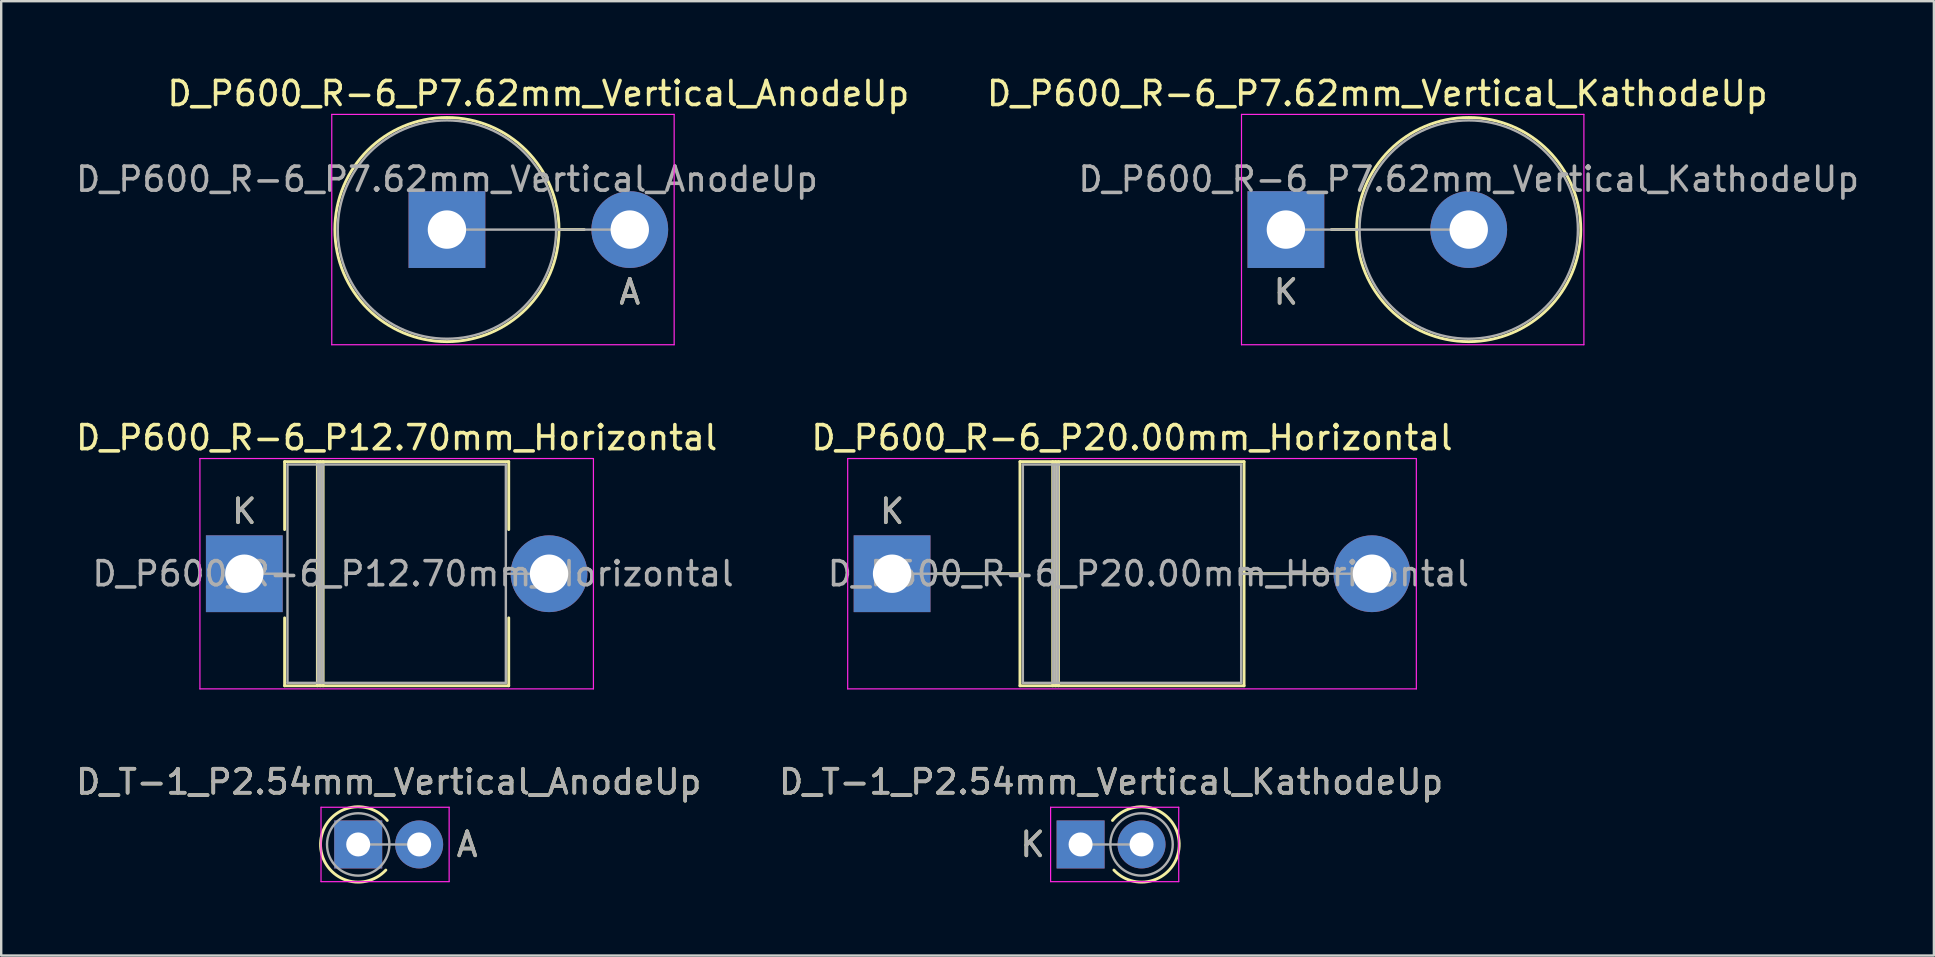
<source format=kicad_pcb>
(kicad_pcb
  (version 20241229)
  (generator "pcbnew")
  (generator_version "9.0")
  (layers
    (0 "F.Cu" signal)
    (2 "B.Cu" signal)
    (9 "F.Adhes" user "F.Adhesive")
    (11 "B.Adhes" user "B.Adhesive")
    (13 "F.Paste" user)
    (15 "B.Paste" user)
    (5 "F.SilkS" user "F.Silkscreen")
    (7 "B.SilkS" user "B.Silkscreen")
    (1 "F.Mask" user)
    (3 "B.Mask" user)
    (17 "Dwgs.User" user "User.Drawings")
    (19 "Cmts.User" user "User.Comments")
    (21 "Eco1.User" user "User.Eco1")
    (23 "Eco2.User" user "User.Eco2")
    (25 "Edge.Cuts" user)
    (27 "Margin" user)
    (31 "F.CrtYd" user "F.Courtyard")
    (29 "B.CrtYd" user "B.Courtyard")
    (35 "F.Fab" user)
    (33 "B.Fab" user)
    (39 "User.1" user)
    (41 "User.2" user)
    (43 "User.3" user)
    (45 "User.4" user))
  (footprint "D_P600_R-6_P20.00mm_Horizontal"
    (layer "F.Cu")
    (at 34.129 20.861)
    (property "Reference" "D_P600_R-6_P20.00mm_Horizontal" (at 10 -5.67 0) (layer "F.SilkS") (effects (font (size 1 1) (thickness 0.15))))
    (attr through_hole)
    (fp_line (start 1.84 0) (end 5.33 0) (stroke (width 0.12) (type solid)) (layer "F.SilkS"))
    (fp_line (start 5.33 -4.67) (end 5.33 4.67) (stroke (width 0.12) (type solid)) (layer "F.SilkS"))
    (fp_line (start 5.33 4.67) (end 14.67 4.67) (stroke (width 0.12) (type solid)) (layer "F.SilkS"))
    (fp_line (start 6.695 -4.67) (end 6.695 4.67) (stroke (width 0.12) (type solid)) (layer "F.SilkS"))
    (fp_line (start 6.815 -4.67) (end 6.815 4.67) (stroke (width 0.12) (type solid)) (layer "F.SilkS"))
    (fp_line (start 6.935 -4.67) (end 6.935 4.67) (stroke (width 0.12) (type solid)) (layer "F.SilkS"))
    (fp_line (start 14.67 -4.67) (end 5.33 -4.67) (stroke (width 0.12) (type solid)) (layer "F.SilkS"))
    (fp_line (start 14.67 4.67) (end 14.67 -4.67) (stroke (width 0.12) (type solid)) (layer "F.SilkS"))
    (fp_line (start 18.16 0) (end 14.67 0) (stroke (width 0.12) (type solid)) (layer "F.SilkS"))
    (fp_line (start -1.85 -4.8) (end -1.85 4.8) (stroke (width 0.05) (type solid)) (layer "F.CrtYd"))
    (fp_line (start -1.85 4.8) (end 21.85 4.8) (stroke (width 0.05) (type solid)) (layer "F.CrtYd"))
    (fp_line (start 21.85 -4.8) (end -1.85 -4.8) (stroke (width 0.05) (type solid)) (layer "F.CrtYd"))
    (fp_line (start 21.85 4.8) (end 21.85 -4.8) (stroke (width 0.05) (type solid)) (layer "F.CrtYd"))
    (fp_line (start 0 0) (end 5.45 0) (stroke (width 0.1) (type solid)) (layer "F.Fab"))
    (fp_line (start 5.45 -4.55) (end 5.45 4.55) (stroke (width 0.1) (type solid)) (layer "F.Fab"))
    (fp_line (start 5.45 4.55) (end 14.55 4.55) (stroke (width 0.1) (type solid)) (layer "F.Fab"))
    (fp_line (start 6.715 -4.55) (end 6.715 4.55) (stroke (width 0.1) (type solid)) (layer "F.Fab"))
    (fp_line (start 6.815 -4.55) (end 6.815 4.55) (stroke (width 0.1) (type solid)) (layer "F.Fab"))
    (fp_line (start 6.915 -4.55) (end 6.915 4.55) (stroke (width 0.1) (type solid)) (layer "F.Fab"))
    (fp_line (start 14.55 -4.55) (end 5.45 -4.55) (stroke (width 0.1) (type solid)) (layer "F.Fab"))
    (fp_line (start 14.55 4.55) (end 14.55 -4.55) (stroke (width 0.1) (type solid)) (layer "F.Fab"))
    (fp_line (start 20 0) (end 14.55 0) (stroke (width 0.1) (type solid)) (layer "F.Fab"))
    (fp_text user "K" (at 0 -2.6 0) (layer "F.SilkS") (effects (font (size 1 1) (thickness 0.15))))
    (fp_text user "K" (at 0 -2.6 0) (layer "F.Fab") (effects (font (size 1 1) (thickness 0.15))))
    (fp_text user "${REFERENCE}" (at 10.682 0 0) (layer "F.Fab") (effects (font (size 1 1) (thickness 0.15))))
    (pad "1" thru_hole rect (at 0 0) (size 3.2 3.2) (drill 1.6) (layers "*.Cu" "*.Mask"))
    (pad "2" thru_hole oval (at 20 0) (size 3.2 3.2) (drill 1.6) (layers "*.Cu" "*.Mask")))
  (footprint "D_P600_R-6_P12.70mm_Horizontal"
    (layer "F.Cu")
    (at 7.132 20.861)
    (property "Reference" "D_P600_R-6_P12.70mm_Horizontal" (at 6.35 -5.67 0) (layer "F.SilkS") (effects (font (size 1 1) (thickness 0.15))))
    (attr through_hole)
    (fp_line (start 1.68 -4.67) (end 11.02 -4.67) (stroke (width 0.12) (type solid)) (layer "F.SilkS"))
    (fp_line (start 1.68 -1.84) (end 1.68 -4.67) (stroke (width 0.12) (type solid)) (layer "F.SilkS"))
    (fp_line (start 1.68 1.84) (end 1.68 4.67) (stroke (width 0.12) (type solid)) (layer "F.SilkS"))
    (fp_line (start 1.68 4.67) (end 11.02 4.67) (stroke (width 0.12) (type solid)) (layer "F.SilkS"))
    (fp_line (start 3.045 -4.67) (end 3.045 4.67) (stroke (width 0.12) (type solid)) (layer "F.SilkS"))
    (fp_line (start 3.165 -4.67) (end 3.165 4.67) (stroke (width 0.12) (type solid)) (layer "F.SilkS"))
    (fp_line (start 3.285 -4.67) (end 3.285 4.67) (stroke (width 0.12) (type solid)) (layer "F.SilkS"))
    (fp_line (start 11.02 -4.67) (end 11.02 -1.84) (stroke (width 0.12) (type solid)) (layer "F.SilkS"))
    (fp_line (start 11.02 4.67) (end 11.02 1.84) (stroke (width 0.12) (type solid)) (layer "F.SilkS"))
    (fp_line (start -1.85 -4.8) (end -1.85 4.8) (stroke (width 0.05) (type solid)) (layer "F.CrtYd"))
    (fp_line (start -1.85 4.8) (end 14.55 4.8) (stroke (width 0.05) (type solid)) (layer "F.CrtYd"))
    (fp_line (start 14.55 -4.8) (end -1.85 -4.8) (stroke (width 0.05) (type solid)) (layer "F.CrtYd"))
    (fp_line (start 14.55 4.8) (end 14.55 -4.8) (stroke (width 0.05) (type solid)) (layer "F.CrtYd"))
    (fp_line (start 0 0) (end 1.8 0) (stroke (width 0.1) (type solid)) (layer "F.Fab"))
    (fp_line (start 1.8 -4.55) (end 1.8 4.55) (stroke (width 0.1) (type solid)) (layer "F.Fab"))
    (fp_line (start 1.8 4.55) (end 10.9 4.55) (stroke (width 0.1) (type solid)) (layer "F.Fab"))
    (fp_line (start 3.065 -4.55) (end 3.065 4.55) (stroke (width 0.1) (type solid)) (layer "F.Fab"))
    (fp_line (start 3.165 -4.55) (end 3.165 4.55) (stroke (width 0.1) (type solid)) (layer "F.Fab"))
    (fp_line (start 3.265 -4.55) (end 3.265 4.55) (stroke (width 0.1) (type solid)) (layer "F.Fab"))
    (fp_line (start 10.9 -4.55) (end 1.8 -4.55) (stroke (width 0.1) (type solid)) (layer "F.Fab"))
    (fp_line (start 10.9 4.55) (end 10.9 -4.55) (stroke (width 0.1) (type solid)) (layer "F.Fab"))
    (fp_line (start 12.7 0) (end 10.9 0) (stroke (width 0.1) (type solid)) (layer "F.Fab"))
    (fp_text user "K" (at 0 -2.6 0) (layer "F.SilkS") (effects (font (size 1 1) (thickness 0.15))))
    (fp_text user "${REFERENCE}" (at 7.032 0 0) (layer "F.Fab") (effects (font (size 1 1) (thickness 0.15))))
    (fp_text user "K" (at 0 -2.6 0) (layer "F.Fab") (effects (font (size 1 1) (thickness 0.15))))
    (pad "1" thru_hole rect (at 0 0) (size 3.2 3.2) (drill 1.6) (layers "*.Cu" "*.Mask"))
    (pad "2" thru_hole oval (at 12.7 0) (size 3.2 3.2) (drill 1.6) (layers "*.Cu" "*.Mask")))
  (footprint "D_P600_R-6_P7.62mm_Vertical_AnodeUp"
    (layer "F.Cu")
    (at 15.577 6.518)
    (property "Reference" "D_P600_R-6_P7.62mm_Vertical_AnodeUp" (at 3.81 -5.67 0) (layer "F.SilkS") (effects (font (size 1 1) (thickness 0.15))))
    (attr through_hole)
    (fp_line (start 4.67 0) (end 5.72 0) (stroke (width 0.12) (type solid)) (layer "F.SilkS"))
    (fp_circle (center 0 0) (end 4.67 0) (stroke (width 0.12) (type solid)) (fill no) (layer "F.SilkS"))
    (fp_line (start -4.8 -4.8) (end -4.8 4.8) (stroke (width 0.05) (type solid)) (layer "F.CrtYd"))
    (fp_line (start -4.8 4.8) (end 9.47 4.8) (stroke (width 0.05) (type solid)) (layer "F.CrtYd"))
    (fp_line (start 9.47 -4.8) (end -4.8 -4.8) (stroke (width 0.05) (type solid)) (layer "F.CrtYd"))
    (fp_line (start 9.47 4.8) (end 9.47 -4.8) (stroke (width 0.05) (type solid)) (layer "F.CrtYd"))
    (fp_line (start 0 0) (end 7.62 0) (stroke (width 0.1) (type solid)) (layer "F.Fab"))
    (fp_circle (center 0 0) (end 4.55 0) (stroke (width 0.1) (type solid)) (fill no) (layer "F.Fab"))
    (fp_text user "A" (at 7.62 2.6 0) (layer "F.SilkS") (effects (font (size 1 1) (thickness 0.15))))
    (fp_text user "${REFERENCE}" (at 0 -2.1 0) (layer "F.Fab") (effects (font (size 1 1) (thickness 0.15))))
    (fp_text user "A" (at 7.62 2.6 0) (layer "F.Fab") (effects (font (size 1 1) (thickness 0.15))))
    (pad "1" thru_hole rect (at 0 0) (size 3.2 3.2) (drill 1.6) (layers "*.Cu" "*.Mask"))
    (pad "2" thru_hole oval (at 7.62 0) (size 3.2 3.2) (drill 1.6) (layers "*.Cu" "*.Mask")))
  (footprint "D_T-1_P2.54mm_Vertical_KathodeUp"
    (layer "F.Cu")
    (at 41.986 32.144)
    (property "Reference" "D_T-1_P2.54mm_Vertical_KathodeUp" (at 1.27 -2.609 0) (layer "F.SilkS") (effects (font (size 1 1) (thickness 0.15))))
    (attr through_hole)
    (fp_arc (start 1.329228 -1) (mid 4.10969 -0.045178) (end 1.388747 1.067982) (stroke (width 0.12) (type solid)) (layer "F.SilkS"))
    (fp_line (start -1.25 -1.55) (end -1.25 1.55) (stroke (width 0.05) (type solid)) (layer "F.CrtYd"))
    (fp_line (start -1.25 1.55) (end 4.09 1.55) (stroke (width 0.05) (type solid)) (layer "F.CrtYd"))
    (fp_line (start 4.09 -1.55) (end -1.25 -1.55) (stroke (width 0.05) (type solid)) (layer "F.CrtYd"))
    (fp_line (start 4.09 1.55) (end 4.09 -1.55) (stroke (width 0.05) (type solid)) (layer "F.CrtYd"))
    (fp_line (start 0 0) (end 2.54 0) (stroke (width 0.1) (type solid)) (layer "F.Fab"))
    (fp_circle (center 2.54 0) (end 3.84 0) (stroke (width 0.1) (type solid)) (fill no) (layer "F.Fab"))
    (fp_text user "K" (at -2 0 0) (layer "F.SilkS") (effects (font (size 1 1) (thickness 0.15))))
    (fp_text user "K" (at -2 0 0) (layer "F.Fab") (effects (font (size 1 1) (thickness 0.15))))
    (fp_text user "${REFERENCE}" (at 1.27 -2.609 0) (layer "F.Fab") (effects (font (size 1 1) (thickness 0.15))))
    (pad "1" thru_hole rect (at 0 0) (size 2 2) (drill 1) (layers "*.Cu" "*.Mask"))
    (pad "2" thru_hole oval (at 2.54 0) (size 2 2) (drill 1) (layers "*.Cu" "*.Mask")))
  (footprint "D_T-1_P2.54mm_Vertical_AnodeUp"
    (layer "F.Cu")
    (at 11.879 32.144)
    (property "Reference" "D_T-1_P2.54mm_Vertical_AnodeUp" (at 1.27 -2.609 0) (layer "F.SilkS") (effects (font (size 1 1) (thickness 0.15))))
    (attr through_hole)
    (fp_arc (start 1.151253 1.067982) (mid -1.56969 -0.045178) (end 1.210772 -1) (stroke (width 0.12) (type solid)) (layer "F.SilkS"))
    (fp_line (start -1.55 -1.55) (end -1.55 1.55) (stroke (width 0.05) (type solid)) (layer "F.CrtYd"))
    (fp_line (start -1.55 1.55) (end 3.79 1.55) (stroke (width 0.05) (type solid)) (layer "F.CrtYd"))
    (fp_line (start 3.79 -1.55) (end -1.55 -1.55) (stroke (width 0.05) (type solid)) (layer "F.CrtYd"))
    (fp_line (start 3.79 1.55) (end 3.79 -1.55) (stroke (width 0.05) (type solid)) (layer "F.CrtYd"))
    (fp_line (start 0 0) (end 2.54 0) (stroke (width 0.1) (type solid)) (layer "F.Fab"))
    (fp_circle (center 0 0) (end 1.3 0) (stroke (width 0.1) (type solid)) (fill no) (layer "F.Fab"))
    (fp_text user "A" (at 4.54 0 0) (layer "F.SilkS") (effects (font (size 1 1) (thickness 0.15))))
    (fp_text user "A" (at 4.54 0 0) (layer "F.Fab") (effects (font (size 1 1) (thickness 0.15))))
    (fp_text user "${REFERENCE}" (at 1.27 -2.609 0) (layer "F.Fab") (effects (font (size 1 1) (thickness 0.15))))
    (pad "1" thru_hole rect (at 0 0) (size 2 2) (drill 1) (layers "*.Cu" "*.Mask"))
    (pad "2" thru_hole oval (at 2.54 0) (size 2 2) (drill 1) (layers "*.Cu" "*.Mask")))
  (footprint "D_P600_R-6_P7.62mm_Vertical_KathodeUp"
    (layer "F.Cu")
    (at 50.542 6.518)
    (property "Reference" "D_P600_R-6_P7.62mm_Vertical_KathodeUp" (at 3.81 -5.67 0) (layer "F.SilkS") (effects (font (size 1 1) (thickness 0.15))))
    (attr through_hole)
    (fp_line (start 2.95 0) (end 1.9 0) (stroke (width 0.12) (type solid)) (layer "F.SilkS"))
    (fp_circle (center 7.62 0) (end 12.29 0) (stroke (width 0.12) (type solid)) (fill no) (layer "F.SilkS"))
    (fp_line (start -1.85 -4.8) (end -1.85 4.8) (stroke (width 0.05) (type solid)) (layer "F.CrtYd"))
    (fp_line (start -1.85 4.8) (end 12.42 4.8) (stroke (width 0.05) (type solid)) (layer "F.CrtYd"))
    (fp_line (start 12.42 -4.8) (end -1.85 -4.8) (stroke (width 0.05) (type solid)) (layer "F.CrtYd"))
    (fp_line (start 12.42 4.8) (end 12.42 -4.8) (stroke (width 0.05) (type solid)) (layer "F.CrtYd"))
    (fp_line (start 0 0) (end 7.62 0) (stroke (width 0.1) (type solid)) (layer "F.Fab"))
    (fp_circle (center 7.62 0) (end 12.17 0) (stroke (width 0.1) (type solid)) (fill no) (layer "F.Fab"))
    (fp_text user "K" (at 0 2.6 0) (layer "F.SilkS") (effects (font (size 1 1) (thickness 0.15))))
    (fp_text user "K" (at 0 2.6 0) (layer "F.Fab") (effects (font (size 1 1) (thickness 0.15))))
    (fp_text user "${REFERENCE}" (at 7.62 -2.1 0) (layer "F.Fab") (effects (font (size 1 1) (thickness 0.15))))
    (pad "1" thru_hole rect (at 0 0) (size 3.2 3.2) (drill 1.6) (layers "*.Cu" "*.Mask"))
    (pad "2" thru_hole oval (at 7.62 0) (size 3.2 3.2) (drill 1.6) (layers "*.Cu" "*.Mask")))
  (gr_rect
    (start -3 -3)
    (end 77.549 36.774)
    (stroke (width 0.1) (type default))
    (fill no)
    (layer "Edge.Cuts")))
</source>
